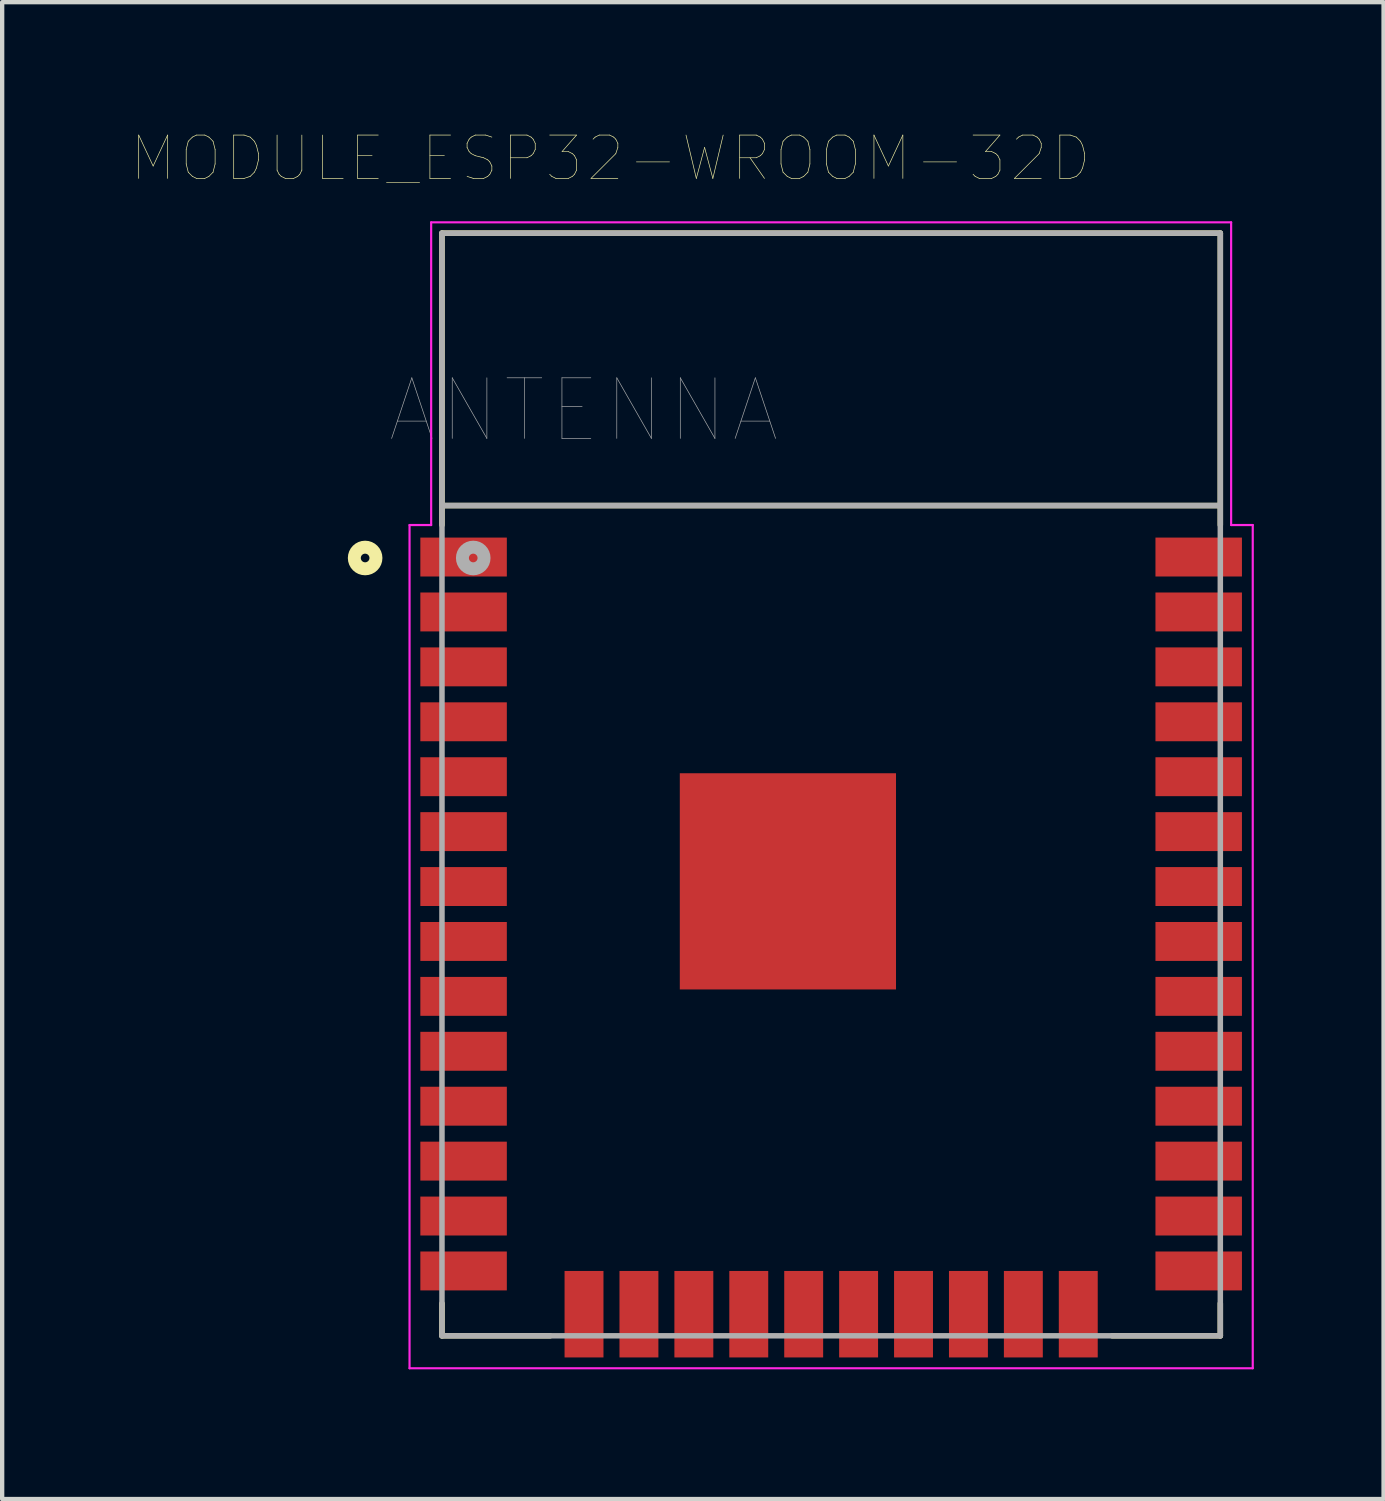
<source format=kicad_pcb>
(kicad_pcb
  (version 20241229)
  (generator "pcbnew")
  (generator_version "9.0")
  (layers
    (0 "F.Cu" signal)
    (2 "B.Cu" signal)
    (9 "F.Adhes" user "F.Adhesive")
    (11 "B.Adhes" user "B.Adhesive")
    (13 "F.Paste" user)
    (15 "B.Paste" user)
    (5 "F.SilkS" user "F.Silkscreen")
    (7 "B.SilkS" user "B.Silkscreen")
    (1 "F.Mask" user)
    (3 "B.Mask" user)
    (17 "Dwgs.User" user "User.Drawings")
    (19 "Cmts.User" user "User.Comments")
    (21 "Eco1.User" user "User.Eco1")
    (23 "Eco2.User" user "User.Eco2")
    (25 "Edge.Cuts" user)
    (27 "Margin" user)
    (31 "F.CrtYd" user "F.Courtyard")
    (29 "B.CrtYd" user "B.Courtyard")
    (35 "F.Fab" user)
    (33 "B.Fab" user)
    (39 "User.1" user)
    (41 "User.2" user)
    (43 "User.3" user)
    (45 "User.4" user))
  (footprint "MODULE_ESP32-WROOM-32D"
    (layer "F.Cu")
    (at 16.171 15.092)
    (property "Reference" "MODULE_ESP32-WROOM-32D" (at -5.1 -14.479 0) (layer "F.SilkS") (effects (font (size 1.003 1.003) (thickness 0.015))))
    (attr through_hole)
    (fp_line (start -9 -12.75) (end 9 -12.75) (stroke (width 0.127) (type solid)) (layer "F.SilkS"))
    (fp_line (start -9 -6) (end -9 -12.75) (stroke (width 0.127) (type solid)) (layer "F.SilkS"))
    (fp_line (start -9 12) (end -9 12.75) (stroke (width 0.127) (type solid)) (layer "F.SilkS"))
    (fp_line (start -9 12.75) (end -6.5 12.75) (stroke (width 0.127) (type solid)) (layer "F.SilkS"))
    (fp_line (start -8.96 -6.45) (end 8.96 -6.45) (stroke (width 0.127) (type solid)) (layer "F.SilkS"))
    (fp_line (start 6.5 12.75) (end 9 12.75) (stroke (width 0.127) (type solid)) (layer "F.SilkS"))
    (fp_line (start 9 -12.75) (end 9 -6) (stroke (width 0.127) (type solid)) (layer "F.SilkS"))
    (fp_line (start 9 12) (end 9 12.75) (stroke (width 0.127) (type solid)) (layer "F.SilkS"))
    (fp_circle (center -10.777 -5.238) (end -10.677 -5.238) (stroke (width 0.3) (type solid)) (fill no) (layer "F.SilkS"))
    (fp_poly (pts (xy -2.584 0.659) (xy 0.581 0.659) (xy 0.581 3.825) (xy -2.584 3.825)) (stroke (width 0.01) (type solid)) (fill yes) (layer "F.Paste"))
    (fp_line (start -9.75 -6) (end -9.25 -6) (stroke (width 0.05) (type solid)) (layer "F.CrtYd"))
    (fp_line (start -9.75 13.5) (end -9.75 -6) (stroke (width 0.05) (type solid)) (layer "F.CrtYd"))
    (fp_line (start -9.25 -13) (end 9.25 -13) (stroke (width 0.05) (type solid)) (layer "F.CrtYd"))
    (fp_line (start -9.25 -6) (end -9.25 -13) (stroke (width 0.05) (type solid)) (layer "F.CrtYd"))
    (fp_line (start 9.25 -13) (end 9.25 -6) (stroke (width 0.05) (type solid)) (layer "F.CrtYd"))
    (fp_line (start 9.25 -6) (end 9.75 -6) (stroke (width 0.05) (type solid)) (layer "F.CrtYd"))
    (fp_line (start 9.75 -6) (end 9.75 13.5) (stroke (width 0.05) (type solid)) (layer "F.CrtYd"))
    (fp_line (start 9.75 13.5) (end -9.75 13.5) (stroke (width 0.05) (type solid)) (layer "F.CrtYd"))
    (fp_line (start -9 -12.75) (end 9 -12.75) (stroke (width 0.127) (type solid)) (layer "F.Fab"))
    (fp_line (start -9 12.75) (end -9 -12.75) (stroke (width 0.127) (type solid)) (layer "F.Fab"))
    (fp_line (start -8.96 -6.45) (end 8.96 -6.45) (stroke (width 0.127) (type solid)) (layer "F.Fab"))
    (fp_line (start 9 -12.75) (end 9 12.75) (stroke (width 0.127) (type solid)) (layer "F.Fab"))
    (fp_line (start 9 12.75) (end -9 12.75) (stroke (width 0.127) (type solid)) (layer "F.Fab"))
    (fp_circle (center -8.277 -5.238) (end -8.177 -5.238) (stroke (width 0.3) (type solid)) (fill no) (layer "F.Fab"))
    (fp_text user "ANTENNA" (at -5.725 -8.651 0) (layer "F.Fab") (effects (font (size 1.402 1.402) (thickness 0.015))))
    (pad "1" smd rect (at -8.5 -5.26) (size 2 0.9) (layers "F.Cu" "F.Mask" "F.Paste"))
    (pad "2" smd rect (at -8.5 -3.99) (size 2 0.9) (layers "F.Cu" "F.Mask" "F.Paste"))
    (pad "3" smd rect (at -8.5 -2.72) (size 2 0.9) (layers "F.Cu" "F.Mask" "F.Paste"))
    (pad "4" smd rect (at -8.5 -1.45) (size 2 0.9) (layers "F.Cu" "F.Mask" "F.Paste"))
    (pad "5" smd rect (at -8.5 -0.18) (size 2 0.9) (layers "F.Cu" "F.Mask" "F.Paste"))
    (pad "6" smd rect (at -8.5 1.09) (size 2 0.9) (layers "F.Cu" "F.Mask" "F.Paste"))
    (pad "7" smd rect (at -8.5 2.36) (size 2 0.9) (layers "F.Cu" "F.Mask" "F.Paste"))
    (pad "8" smd rect (at -8.5 3.63) (size 2 0.9) (layers "F.Cu" "F.Mask" "F.Paste"))
    (pad "9" smd rect (at -8.5 4.9) (size 2 0.9) (layers "F.Cu" "F.Mask" "F.Paste"))
    (pad "10" smd rect (at -8.5 6.17) (size 2 0.9) (layers "F.Cu" "F.Mask" "F.Paste"))
    (pad "11" smd rect (at -8.5 7.44) (size 2 0.9) (layers "F.Cu" "F.Mask" "F.Paste"))
    (pad "12" smd rect (at -8.5 8.71) (size 2 0.9) (layers "F.Cu" "F.Mask" "F.Paste"))
    (pad "13" smd rect (at -8.5 9.98) (size 2 0.9) (layers "F.Cu" "F.Mask" "F.Paste"))
    (pad "14" smd rect (at -8.5 11.25) (size 2 0.9) (layers "F.Cu" "F.Mask" "F.Paste"))
    (pad "15" smd rect (at -5.715 12.25) (size 0.9 2) (layers "F.Cu" "F.Mask" "F.Paste"))
    (pad "16" smd rect (at -4.445 12.25) (size 0.9 2) (layers "F.Cu" "F.Mask" "F.Paste"))
    (pad "17" smd rect (at -3.175 12.25) (size 0.9 2) (layers "F.Cu" "F.Mask" "F.Paste"))
    (pad "18" smd rect (at -1.905 12.25) (size 0.9 2) (layers "F.Cu" "F.Mask" "F.Paste"))
    (pad "19" smd rect (at -0.635 12.25) (size 0.9 2) (layers "F.Cu" "F.Mask" "F.Paste"))
    (pad "20" smd rect (at 0.635 12.25) (size 0.9 2) (layers "F.Cu" "F.Mask" "F.Paste"))
    (pad "21" smd rect (at 1.905 12.25) (size 0.9 2) (layers "F.Cu" "F.Mask" "F.Paste"))
    (pad "22" smd rect (at 3.175 12.25) (size 0.9 2) (layers "F.Cu" "F.Mask" "F.Paste"))
    (pad "23" smd rect (at 4.445 12.25) (size 0.9 2) (layers "F.Cu" "F.Mask" "F.Paste"))
    (pad "24" smd rect (at 5.715 12.25) (size 0.9 2) (layers "F.Cu" "F.Mask" "F.Paste"))
    (pad "25" smd rect (at 8.5 11.25) (size 2 0.9) (layers "F.Cu" "F.Mask" "F.Paste"))
    (pad "26" smd rect (at 8.5 9.98) (size 2 0.9) (layers "F.Cu" "F.Mask" "F.Paste"))
    (pad "27" smd rect (at 8.5 8.71) (size 2 0.9) (layers "F.Cu" "F.Mask" "F.Paste"))
    (pad "28" smd rect (at 8.5 7.44) (size 2 0.9) (layers "F.Cu" "F.Mask" "F.Paste"))
    (pad "29" smd rect (at 8.5 6.17) (size 2 0.9) (layers "F.Cu" "F.Mask" "F.Paste"))
    (pad "30" smd rect (at 8.5 4.9) (size 2 0.9) (layers "F.Cu" "F.Mask" "F.Paste"))
    (pad "31" smd rect (at 8.5 3.63) (size 2 0.9) (layers "F.Cu" "F.Mask" "F.Paste"))
    (pad "32" smd rect (at 8.5 2.36) (size 2 0.9) (layers "F.Cu" "F.Mask" "F.Paste"))
    (pad "33" smd rect (at 8.5 1.09) (size 2 0.9) (layers "F.Cu" "F.Mask" "F.Paste"))
    (pad "34" smd rect (at 8.5 -0.18) (size 2 0.9) (layers "F.Cu" "F.Mask" "F.Paste"))
    (pad "35" smd rect (at 8.5 -1.45) (size 2 0.9) (layers "F.Cu" "F.Mask" "F.Paste"))
    (pad "36" smd rect (at 8.5 -2.72) (size 2 0.9) (layers "F.Cu" "F.Mask" "F.Paste"))
    (pad "37" smd rect (at 8.5 -3.99) (size 2 0.9) (layers "F.Cu" "F.Mask" "F.Paste"))
    (pad "38" smd rect (at 8.5 -5.26) (size 2 0.9) (layers "F.Cu" "F.Mask" "F.Paste"))
    (pad "39" smd rect (at -1 2.24) (size 5 5) (layers "F.Cu" "F.Mask")))
  (gr_rect
    (start -3 -3)
    (end 28.946 31.617)
    (stroke (width 0.1) (type default))
    (fill no)
    (layer "Edge.Cuts")))
</source>
